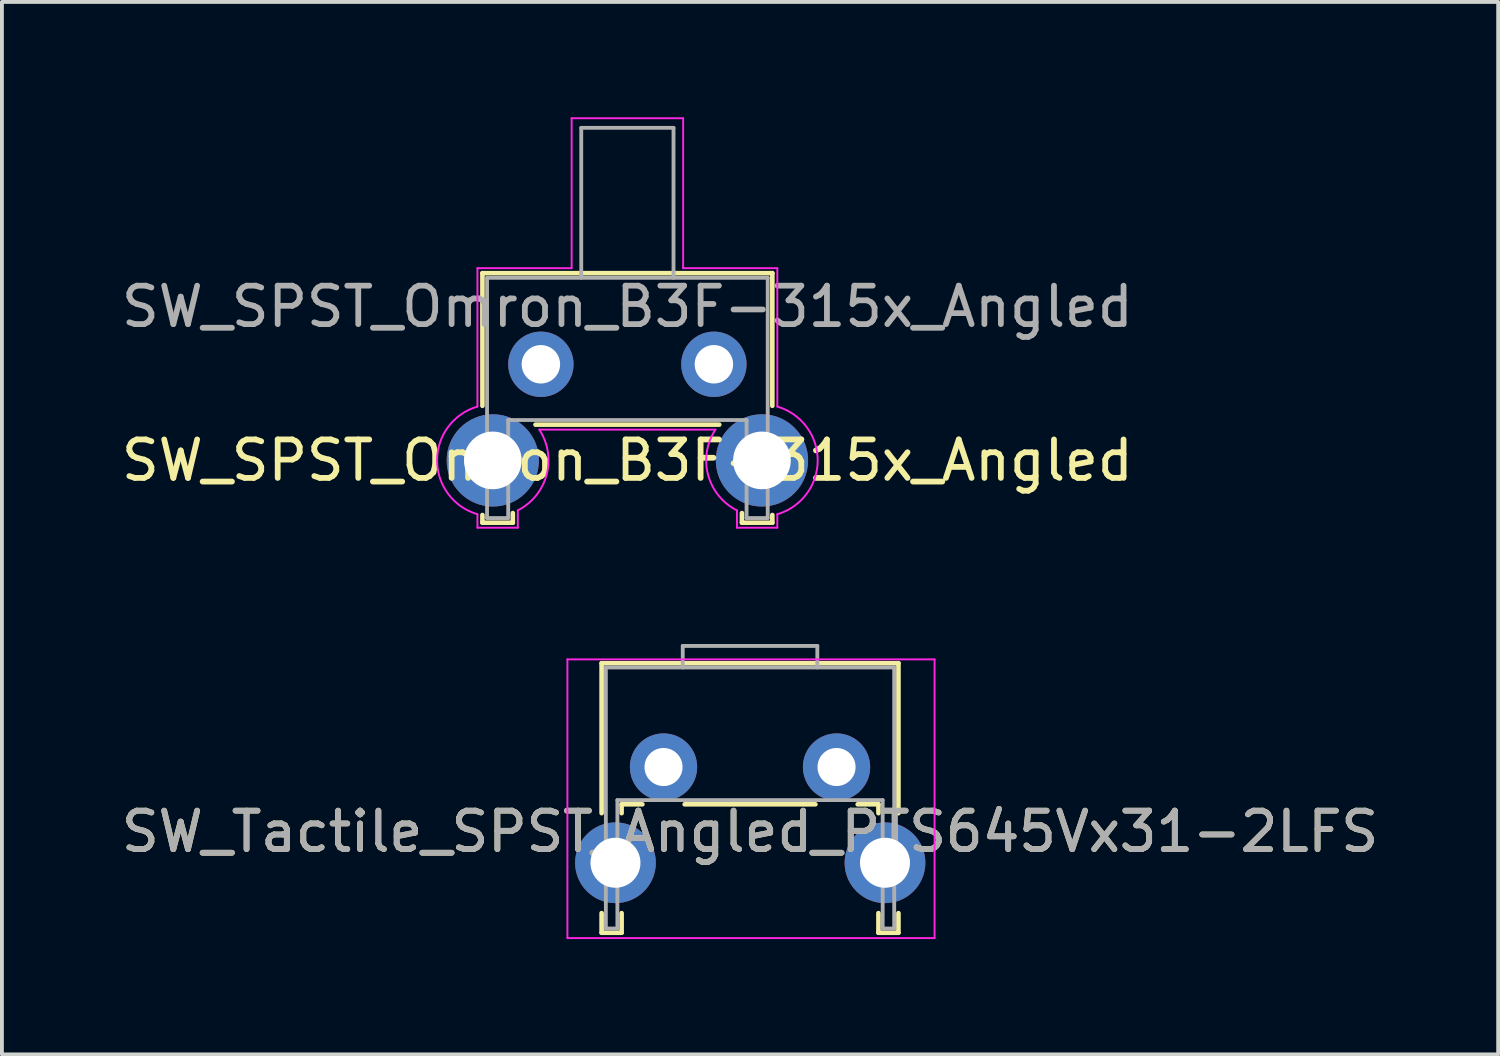
<source format=kicad_pcb>
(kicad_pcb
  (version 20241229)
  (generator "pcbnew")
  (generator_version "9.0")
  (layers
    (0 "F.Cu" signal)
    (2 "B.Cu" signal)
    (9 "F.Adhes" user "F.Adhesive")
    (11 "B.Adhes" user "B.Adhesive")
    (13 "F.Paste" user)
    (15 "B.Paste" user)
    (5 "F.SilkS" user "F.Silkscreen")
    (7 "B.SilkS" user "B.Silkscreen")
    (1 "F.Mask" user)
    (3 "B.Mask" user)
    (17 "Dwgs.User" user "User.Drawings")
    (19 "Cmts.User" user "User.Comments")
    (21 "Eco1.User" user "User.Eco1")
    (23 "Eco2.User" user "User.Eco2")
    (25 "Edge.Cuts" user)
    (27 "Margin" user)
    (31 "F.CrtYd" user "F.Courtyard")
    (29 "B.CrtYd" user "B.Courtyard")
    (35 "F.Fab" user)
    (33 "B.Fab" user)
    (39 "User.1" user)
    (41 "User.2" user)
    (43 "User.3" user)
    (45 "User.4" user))
  (footprint "SW_Tactile_SPST_Angled_PTS645Vx31-2LFS"
    (layer "F.Cu")
    (at 14.208 16.9)
    (property "Reference" "SW_Tactile_SPST_Angled_PTS645Vx31-2LFS" (at 2.25 1.68 0) (layer "F.SilkS") (effects (font (size 1 1) (thickness 0.15))))
    (attr through_hole)
    (fp_line (start -1.61 -2.7) (end -1.61 1.2) (stroke (width 0.12) (type solid)) (layer "F.SilkS"))
    (fp_line (start -1.61 -2.7) (end 6.11 -2.7) (stroke (width 0.12) (type solid)) (layer "F.SilkS"))
    (fp_line (start -1.61 3.8) (end -1.61 4.31) (stroke (width 0.12) (type solid)) (layer "F.SilkS"))
    (fp_line (start -1.61 4.31) (end -1.09 4.31) (stroke (width 0.12) (type solid)) (layer "F.SilkS"))
    (fp_line (start -1.09 0.97) (end -1.09 1.2) (stroke (width 0.12) (type solid)) (layer "F.SilkS"))
    (fp_line (start -1.09 0.97) (end -0.55 0.97) (stroke (width 0.12) (type solid)) (layer "F.SilkS"))
    (fp_line (start -1.09 3.8) (end -1.09 4.31) (stroke (width 0.12) (type solid)) (layer "F.SilkS"))
    (fp_line (start 0.55 0.97) (end 3.95 0.97) (stroke (width 0.12) (type solid)) (layer "F.SilkS"))
    (fp_line (start 5.05 0.97) (end 5.59 0.97) (stroke (width 0.12) (type solid)) (layer "F.SilkS"))
    (fp_line (start 5.59 0.97) (end 5.59 1.2) (stroke (width 0.12) (type solid)) (layer "F.SilkS"))
    (fp_line (start 5.59 3.8) (end 5.59 4.31) (stroke (width 0.12) (type solid)) (layer "F.SilkS"))
    (fp_line (start 5.59 4.31) (end 6.11 4.31) (stroke (width 0.12) (type solid)) (layer "F.SilkS"))
    (fp_line (start 6.11 -2.7) (end 6.11 1.2) (stroke (width 0.12) (type solid)) (layer "F.SilkS"))
    (fp_line (start 6.11 3.8) (end 6.11 4.31) (stroke (width 0.12) (type solid)) (layer "F.SilkS"))
    (fp_line (start -2.5 -2.8) (end 7.05 -2.8) (stroke (width 0.05) (type solid)) (layer "F.CrtYd"))
    (fp_line (start -2.5 4.45) (end -2.5 -2.8) (stroke (width 0.05) (type solid)) (layer "F.CrtYd"))
    (fp_line (start 7.05 -2.8) (end 7.05 4.45) (stroke (width 0.05) (type solid)) (layer "F.CrtYd"))
    (fp_line (start 7.05 4.45) (end -2.5 4.45) (stroke (width 0.05) (type solid)) (layer "F.CrtYd"))
    (fp_line (start -1.5 -2.59) (end 6 -2.59) (stroke (width 0.1) (type solid)) (layer "F.Fab"))
    (fp_line (start -1.5 4.2) (end -1.5 -2.59) (stroke (width 0.1) (type solid)) (layer "F.Fab"))
    (fp_line (start -1.5 4.2) (end -1.2 4.2) (stroke (width 0.1) (type solid)) (layer "F.Fab"))
    (fp_line (start -1.2 0.86) (end 5.7 0.86) (stroke (width 0.1) (type solid)) (layer "F.Fab"))
    (fp_line (start -1.2 4.2) (end -1.2 0.86) (stroke (width 0.1) (type solid)) (layer "F.Fab"))
    (fp_line (start 0.5 -3.15) (end 0.5 -2.59) (stroke (width 0.1) (type solid)) (layer "F.Fab"))
    (fp_line (start 0.5 -3.15) (end 4 -3.15) (stroke (width 0.1) (type solid)) (layer "F.Fab"))
    (fp_line (start 4 -3.15) (end 4 -2.59) (stroke (width 0.1) (type solid)) (layer "F.Fab"))
    (fp_line (start 5.7 4.2) (end 5.7 0.86) (stroke (width 0.1) (type solid)) (layer "F.Fab"))
    (fp_line (start 5.7 4.2) (end 6 4.2) (stroke (width 0.1) (type solid)) (layer "F.Fab"))
    (fp_line (start 6 4.2) (end 6 -2.59) (stroke (width 0.1) (type solid)) (layer "F.Fab"))
    (fp_text user "${REFERENCE}" (at 2.25 1.68 0) (layer "F.Fab") (effects (font (size 1 1) (thickness 0.15))))
    (pad "" thru_hole circle (at -1.25 2.49) (size 2.1 2.1) (drill 1.3) (layers "*.Cu" "*.Mask"))
    (pad "" thru_hole circle (at 5.76 2.49) (size 2.1 2.1) (drill 1.3) (layers "*.Cu" "*.Mask"))
    (pad "1" thru_hole circle (at 0 0) (size 1.75 1.75) (drill 0.99) (layers "*.Cu" "*.Mask"))
    (pad "2" thru_hole circle (at 4.5 0) (size 1.75 1.75) (drill 0.99) (layers "*.Cu" "*.Mask")))
  (footprint "SW_SPST_Omron_B3F-315x_Angled"
    (layer "F.Cu")
    (at 11.018 6.425)
    (property "Reference" "SW_SPST_Omron_B3F-315x_Angled" (at 2.25 2.5 0) (layer "F.SilkS") (effects (font (size 1 1) (thickness 0.15))))
    (attr through_hole)
    (fp_line (start -1.52 -2.37) (end -1.52 1.08) (stroke (width 0.12) (type solid)) (layer "F.SilkS"))
    (fp_line (start -1.52 3.92) (end -1.52 4.12) (stroke (width 0.12) (type solid)) (layer "F.SilkS"))
    (fp_line (start -0.73 4.12) (end -1.52 4.12) (stroke (width 0.12) (type solid)) (layer "F.SilkS"))
    (fp_line (start -0.73 4.12) (end -0.73 3.87) (stroke (width 0.12) (type solid)) (layer "F.SilkS"))
    (fp_line (start -0.14 1.57) (end 4.64 1.57) (stroke (width 0.12) (type solid)) (layer "F.SilkS"))
    (fp_line (start 5.23 4.12) (end 5.23 3.87) (stroke (width 0.12) (type solid)) (layer "F.SilkS"))
    (fp_line (start 6.02 -2.37) (end -1.52 -2.37) (stroke (width 0.12) (type solid)) (layer "F.SilkS"))
    (fp_line (start 6.02 1.08) (end 6.02 -2.37) (stroke (width 0.12) (type solid)) (layer "F.SilkS"))
    (fp_line (start 6.02 3.92) (end 6.02 4.12) (stroke (width 0.12) (type solid)) (layer "F.SilkS"))
    (fp_line (start 6.02 4.12) (end 5.23 4.12) (stroke (width 0.12) (type solid)) (layer "F.SilkS"))
    (fp_line (start -1.65 1.1) (end -1.65 -2.5) (stroke (width 0.05) (type solid)) (layer "F.CrtYd"))
    (fp_line (start -1.65 4.25) (end -1.65 3.9) (stroke (width 0.05) (type solid)) (layer "F.CrtYd"))
    (fp_line (start -0.6 4.25) (end -1.65 4.25) (stroke (width 0.05) (type solid)) (layer "F.CrtYd"))
    (fp_line (start -0.6 4.25) (end -0.6 3.8) (stroke (width 0.05) (type solid)) (layer "F.CrtYd"))
    (fp_line (start -0.04 1.7) (end 4.54 1.7) (stroke (width 0.05) (type solid)) (layer "F.CrtYd"))
    (fp_line (start 0.8 -6.4) (end 0.8 -2.5) (stroke (width 0.05) (type solid)) (layer "F.CrtYd"))
    (fp_line (start 0.8 -2.5) (end -1.65 -2.5) (stroke (width 0.05) (type solid)) (layer "F.CrtYd"))
    (fp_line (start 3.7 -6.4) (end 0.8 -6.4) (stroke (width 0.05) (type solid)) (layer "F.CrtYd"))
    (fp_line (start 3.7 -2.5) (end 3.7 -6.4) (stroke (width 0.05) (type solid)) (layer "F.CrtYd"))
    (fp_line (start 5.1 4.25) (end 5.1 3.8) (stroke (width 0.05) (type solid)) (layer "F.CrtYd"))
    (fp_line (start 5.1 4.25) (end 6.15 4.25) (stroke (width 0.05) (type solid)) (layer "F.CrtYd"))
    (fp_line (start 6.15 -2.5) (end 3.7 -2.5) (stroke (width 0.05) (type solid)) (layer "F.CrtYd"))
    (fp_line (start 6.15 1.1) (end 6.15 -2.5) (stroke (width 0.05) (type solid)) (layer "F.CrtYd"))
    (fp_line (start 6.15 4.25) (end 6.15 3.9) (stroke (width 0.05) (type solid)) (layer "F.CrtYd"))
    (fp_arc (start -1.65 3.9) (mid -2.7 2.5) (end -1.65 1.1) (stroke (width 0.05) (type solid)) (layer "F.CrtYd"))
    (fp_arc (start -0.04 1.7) (mid 0.15 2.87) (end -0.6 3.8) (stroke (width 0.05) (type solid)) (layer "F.CrtYd"))
    (fp_arc (start 5.1 3.8) (mid 4.35 2.88) (end 4.54 1.7) (stroke (width 0.05) (type solid)) (layer "F.CrtYd"))
    (fp_arc (start 6.15 1.1) (mid 7.2 2.5) (end 6.15 3.9) (stroke (width 0.05) (type solid)) (layer "F.CrtYd"))
    (fp_line (start -1.4 4) (end -1.4 -2.25) (stroke (width 0.1) (type solid)) (layer "F.Fab"))
    (fp_line (start -0.85 1.45) (end -0.85 4) (stroke (width 0.1) (type solid)) (layer "F.Fab"))
    (fp_line (start -0.85 4) (end -1.4 4) (stroke (width 0.1) (type solid)) (layer "F.Fab"))
    (fp_line (start 1.05 -6.15) (end 3.45 -6.15) (stroke (width 0.1) (type solid)) (layer "F.Fab"))
    (fp_line (start 1.05 -2.25) (end 1.05 -6.15) (stroke (width 0.1) (type solid)) (layer "F.Fab"))
    (fp_line (start 3.45 -2.25) (end 3.45 -6.15) (stroke (width 0.1) (type solid)) (layer "F.Fab"))
    (fp_line (start 5.35 1.45) (end -0.85 1.45) (stroke (width 0.1) (type solid)) (layer "F.Fab"))
    (fp_line (start 5.35 1.45) (end 5.35 4) (stroke (width 0.1) (type solid)) (layer "F.Fab"))
    (fp_line (start 5.9 -2.25) (end -1.4 -2.25) (stroke (width 0.1) (type solid)) (layer "F.Fab"))
    (fp_line (start 5.9 -2.25) (end 5.9 4) (stroke (width 0.1) (type solid)) (layer "F.Fab"))
    (fp_line (start 5.9 4) (end 5.35 4) (stroke (width 0.1) (type solid)) (layer "F.Fab"))
    (fp_text user "${REFERENCE}" (at 2.25 -1.5 0) (layer "F.Fab") (effects (font (size 1 1) (thickness 0.15))))
    (pad "" thru_hole circle (at -1.25 2.5 180) (size 2.4 2.4) (drill 1.5) (layers "*.Cu" "*.Mask"))
    (pad "" thru_hole circle (at 5.75 2.5 180) (size 2.4 2.4) (drill 1.5) (layers "*.Cu" "*.Mask"))
    (pad "1" thru_hole circle (at 0 0 180) (size 1.7 1.7) (drill 1) (layers "*.Cu" "*.Mask"))
    (pad "2" thru_hole circle (at 4.5 0 180) (size 1.7 1.7) (drill 1) (layers "*.Cu" "*.Mask")))
  (gr_rect
    (start -3 -3)
    (end 35.917 24.375)
    (stroke (width 0.1) (type default))
    (fill no)
    (layer "Edge.Cuts")))
</source>
